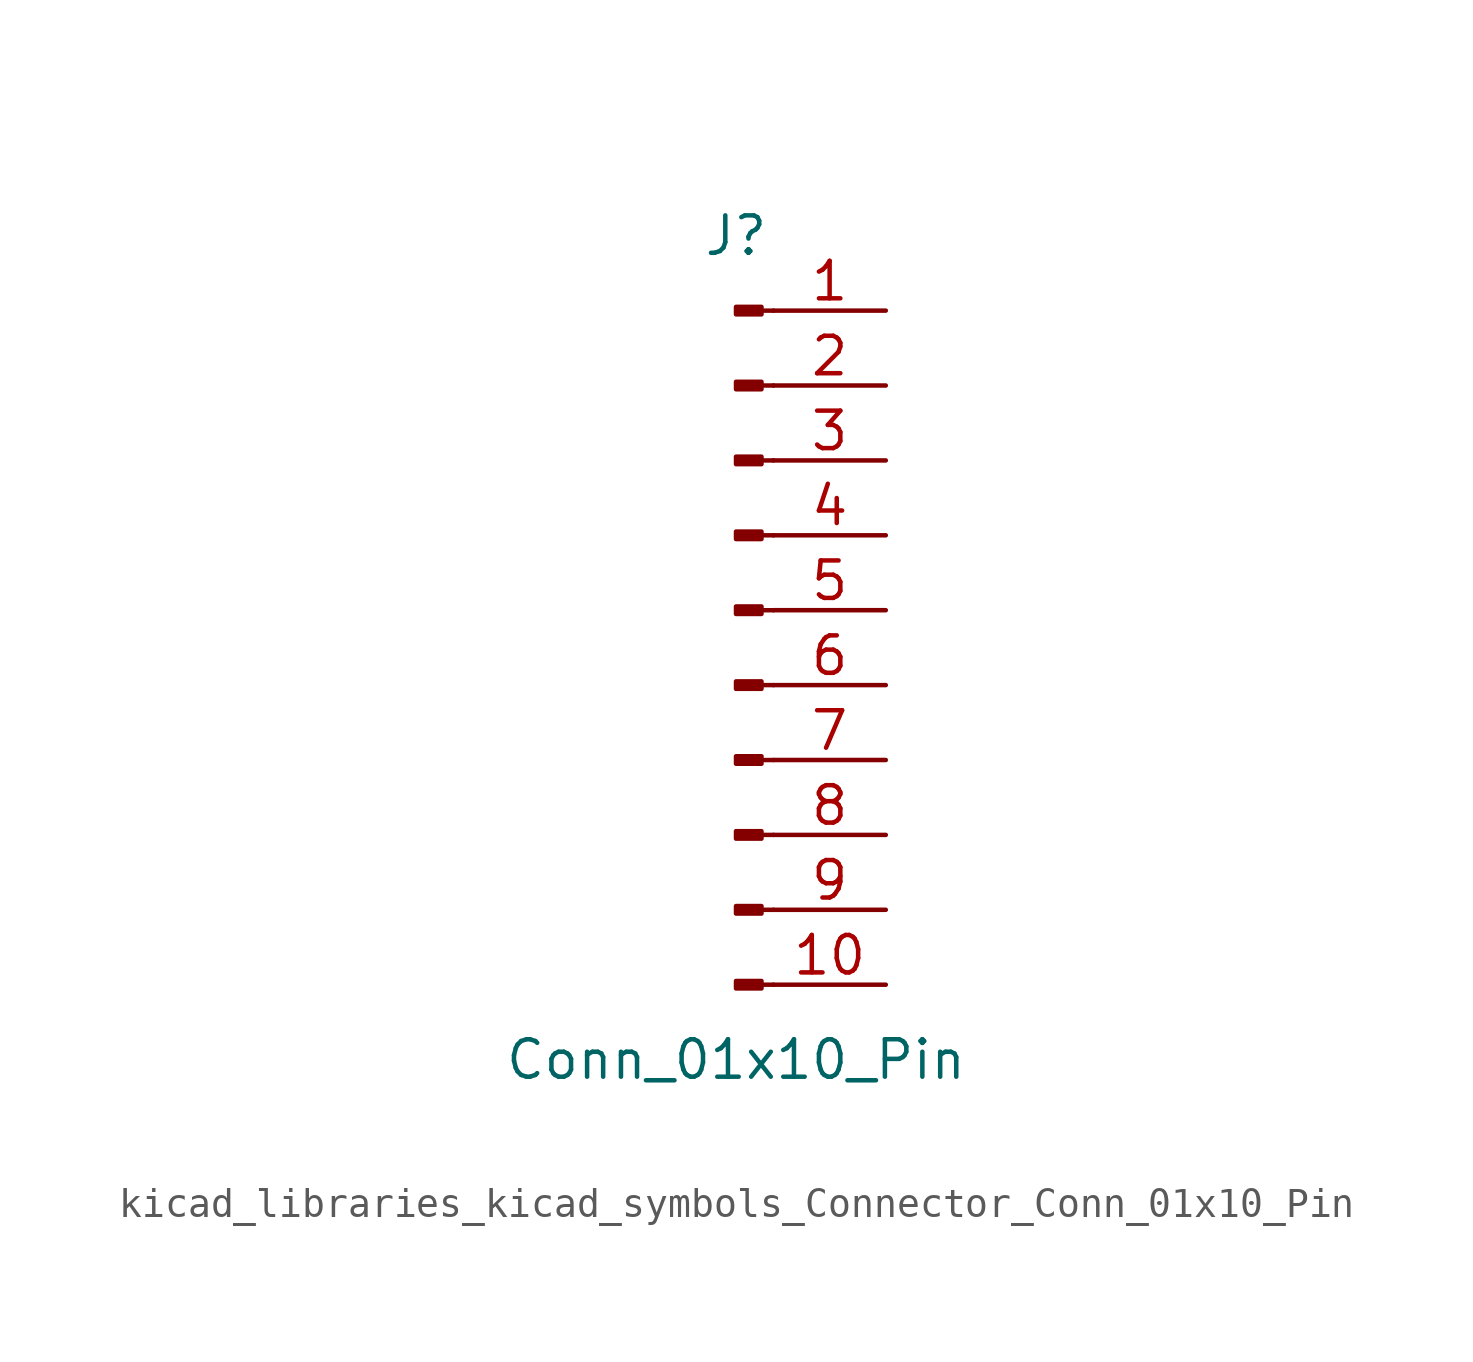
<source format=kicad_sym>
(kicad_symbol_lib
  (version 20220914)
  (generator kicad_symbol_editor)
  (symbol "kicad_libraries_kicad_symbols_Connector_Conn_01x10_Pin"
    (pin_names
      (offset 1.016) hide)
    (property "Reference" "J"
      (at 0 12.7 0)
      (effects (font (size 1.27 1.27))))
    (property "Value" "Conn_01x10_Pin"
      (at 0 -15.24 0)
      (effects (font (size 1.27 1.27))))
    (property "ki_locked" ""
      (at 0 0 0)
      (effects (font (size 1.27 1.27))))
    (symbol "kicad_libraries_kicad_symbols_Connector_Conn_01x10_Pin_1_1"
      (polyline (pts (xy 1.27 -12.7) (xy 0.864 -12.7)) (stroke (width 0.152) (type default)) (fill (type none)))
      (polyline (pts (xy 1.27 -10.16) (xy 0.864 -10.16)) (stroke (width 0.152) (type default)) (fill (type none)))
      (polyline (pts (xy 1.27 -7.62) (xy 0.864 -7.62)) (stroke (width 0.152) (type default)) (fill (type none)))
      (polyline (pts (xy 1.27 -5.08) (xy 0.864 -5.08)) (stroke (width 0.152) (type default)) (fill (type none)))
      (polyline (pts (xy 1.27 -2.54) (xy 0.864 -2.54)) (stroke (width 0.152) (type default)) (fill (type none)))
      (polyline (pts (xy 1.27 0) (xy 0.864 0)) (stroke (width 0.152) (type default)) (fill (type none)))
      (polyline (pts (xy 1.27 2.54) (xy 0.864 2.54)) (stroke (width 0.152) (type default)) (fill (type none)))
      (polyline (pts (xy 1.27 5.08) (xy 0.864 5.08)) (stroke (width 0.152) (type default)) (fill (type none)))
      (polyline (pts (xy 1.27 7.62) (xy 0.864 7.62)) (stroke (width 0.152) (type default)) (fill (type none)))
      (polyline (pts (xy 1.27 10.16) (xy 0.864 10.16)) (stroke (width 0.152) (type default)) (fill (type none)))
      (rectangle (start 0.864 -12.573) (end 0 -12.827) (stroke (width 0.152) (type default)) (fill (type outline)))
      (rectangle (start 0.864 -10.033) (end 0 -10.287) (stroke (width 0.152) (type default)) (fill (type outline)))
      (rectangle (start 0.864 -7.493) (end 0 -7.747) (stroke (width 0.152) (type default)) (fill (type outline)))
      (rectangle (start 0.864 -4.953) (end 0 -5.207) (stroke (width 0.152) (type default)) (fill (type outline)))
      (rectangle (start 0.864 -2.413) (end 0 -2.667) (stroke (width 0.152) (type default)) (fill (type outline)))
      (rectangle (start 0.864 0.127) (end 0 -0.127) (stroke (width 0.152) (type default)) (fill (type outline)))
      (rectangle (start 0.864 2.667) (end 0 2.413) (stroke (width 0.152) (type default)) (fill (type outline)))
      (rectangle (start 0.864 5.207) (end 0 4.953) (stroke (width 0.152) (type default)) (fill (type outline)))
      (rectangle (start 0.864 7.747) (end 0 7.493) (stroke (width 0.152) (type default)) (fill (type outline)))
      (rectangle (start 0.864 10.287) (end 0 10.033) (stroke (width 0.152) (type default)) (fill (type outline)))
      (pin passive line (at 5.08 10.16 180) (length 3.81) (name "Pin_1" (effects (font (size 1.27 1.27)))) (number "1" (effects (font (size 1.27 1.27)))))
      (pin passive line (at 5.08 -12.7 180) (length 3.81) (name "Pin_10" (effects (font (size 1.27 1.27)))) (number "10" (effects (font (size 1.27 1.27)))))
      (pin passive line (at 5.08 7.62 180) (length 3.81) (name "Pin_2" (effects (font (size 1.27 1.27)))) (number "2" (effects (font (size 1.27 1.27)))))
      (pin passive line (at 5.08 5.08 180) (length 3.81) (name "Pin_3" (effects (font (size 1.27 1.27)))) (number "3" (effects (font (size 1.27 1.27)))))
      (pin passive line (at 5.08 2.54 180) (length 3.81) (name "Pin_4" (effects (font (size 1.27 1.27)))) (number "4" (effects (font (size 1.27 1.27)))))
      (pin passive line (at 5.08 0 180) (length 3.81) (name "Pin_5" (effects (font (size 1.27 1.27)))) (number "5" (effects (font (size 1.27 1.27)))))
      (pin passive line (at 5.08 -2.54 180) (length 3.81) (name "Pin_6" (effects (font (size 1.27 1.27)))) (number "6" (effects (font (size 1.27 1.27)))))
      (pin passive line (at 5.08 -5.08 180) (length 3.81) (name "Pin_7" (effects (font (size 1.27 1.27)))) (number "7" (effects (font (size 1.27 1.27)))))
      (pin passive line (at 5.08 -7.62 180) (length 3.81) (name "Pin_8" (effects (font (size 1.27 1.27)))) (number "8" (effects (font (size 1.27 1.27)))))
      (pin passive line (at 5.08 -10.16 180) (length 3.81) (name "Pin_9" (effects (font (size 1.27 1.27)))) (number "9" (effects (font (size 1.27 1.27))))))))
</source>
